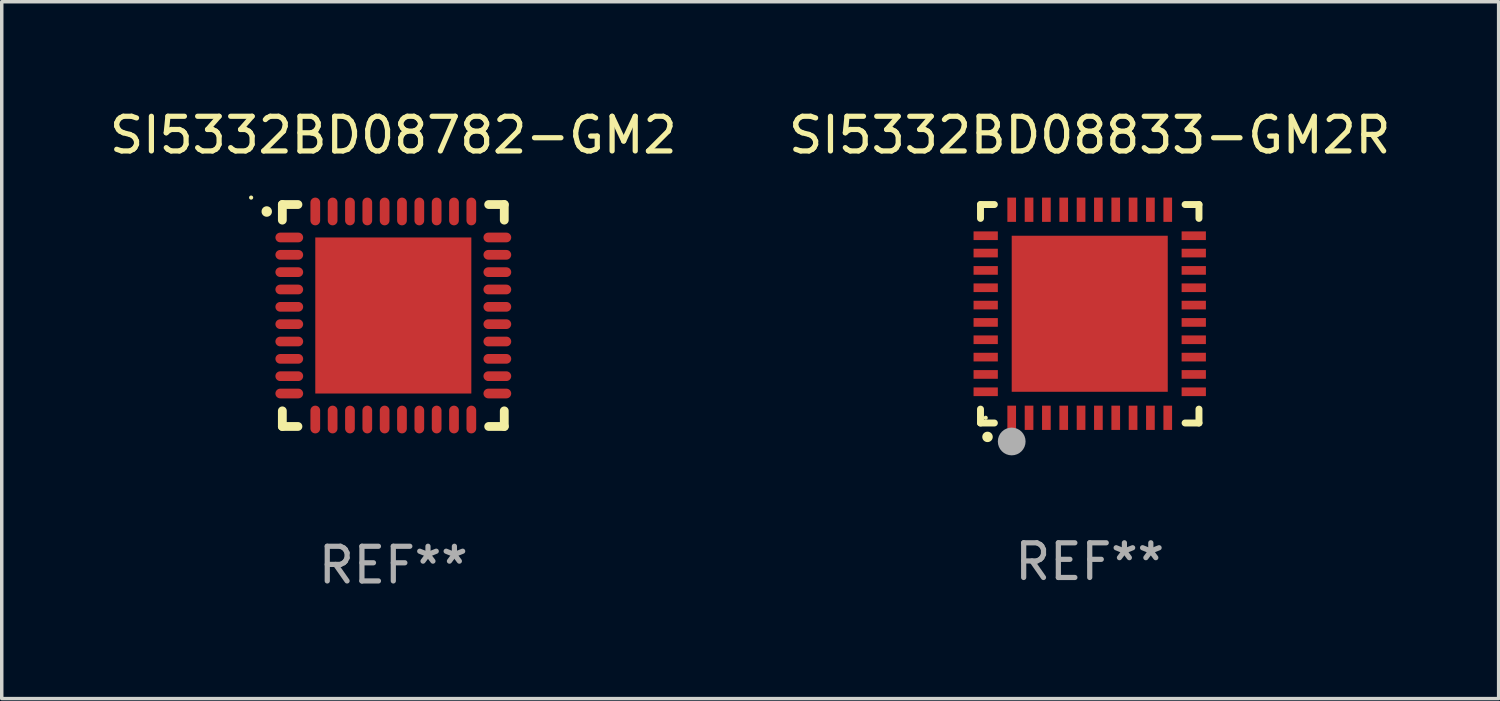
<source format=kicad_pcb>
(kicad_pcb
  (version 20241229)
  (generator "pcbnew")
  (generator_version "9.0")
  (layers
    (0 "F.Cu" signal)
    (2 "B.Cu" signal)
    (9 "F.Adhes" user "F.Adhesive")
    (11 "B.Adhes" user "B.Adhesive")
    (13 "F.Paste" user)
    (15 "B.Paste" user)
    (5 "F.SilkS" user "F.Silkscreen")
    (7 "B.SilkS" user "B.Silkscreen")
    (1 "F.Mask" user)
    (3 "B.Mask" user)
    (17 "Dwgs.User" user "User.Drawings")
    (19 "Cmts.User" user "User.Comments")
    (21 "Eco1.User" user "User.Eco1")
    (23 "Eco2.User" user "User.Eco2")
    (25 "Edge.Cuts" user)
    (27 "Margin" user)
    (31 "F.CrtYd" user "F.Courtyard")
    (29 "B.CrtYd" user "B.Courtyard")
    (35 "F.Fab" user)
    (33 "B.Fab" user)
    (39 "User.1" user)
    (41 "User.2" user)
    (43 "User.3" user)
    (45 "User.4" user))
  (footprint "SI5332BD08782-GM2"
    (layer "F.Cu")
    (at 8.292 6.048)
    (property "Reference" "SI5332BD08782-GM2" (at 0 -5.2 0) (layer "F.SilkS") (effects (font (size 1 1) (thickness 0.15))))
    (attr through_hole)
    (fp_line (start -3.2 -3.2) (end -2.75 -3.2) (stroke (width 0.254) (type solid)) (layer "F.SilkS"))
    (fp_line (start -3.2 -2.75) (end -3.2 -3.2) (stroke (width 0.254) (type solid)) (layer "F.SilkS"))
    (fp_line (start -3.2 3.2) (end -3.2 2.75) (stroke (width 0.254) (type solid)) (layer "F.SilkS"))
    (fp_line (start -2.75 3.2) (end -3.2 3.2) (stroke (width 0.254) (type solid)) (layer "F.SilkS"))
    (fp_line (start 2.75 3.2) (end 3.2 3.2) (stroke (width 0.254) (type solid)) (layer "F.SilkS"))
    (fp_line (start 3.2 -3.2) (end 2.75 -3.2) (stroke (width 0.254) (type solid)) (layer "F.SilkS"))
    (fp_line (start 3.2 -2.75) (end 3.2 -3.2) (stroke (width 0.254) (type solid)) (layer "F.SilkS"))
    (fp_line (start 3.2 3.2) (end 3.2 2.75) (stroke (width 0.254) (type solid)) (layer "F.SilkS"))
    (fp_arc (start -3.649987 -2.997206) (mid -3.649992 -2.998476) (end -3.649987 -2.999746) (stroke (width 0.3) (type solid)) (layer "F.SilkS"))
    (fp_circle (center -4.1 -3.4) (end -4.07 -3.4) (stroke (width 0.06) (type solid)) (fill no) (layer "F.SilkS"))
    (fp_text user "REF**" (at 0 7.2 0) (layer "F.Fab") (effects (font (size 1 1) (thickness 0.15))))
    (pad "1" smd oval (at -3 -2.25 90) (size 0.28 0.8) (layers "F.Cu" "F.Mask" "F.Paste"))
    (pad "2" smd oval (at -3 -1.75 90) (size 0.28 0.8) (layers "F.Cu" "F.Mask" "F.Paste"))
    (pad "3" smd oval (at -3 -1.25 90) (size 0.28 0.8) (layers "F.Cu" "F.Mask" "F.Paste"))
    (pad "4" smd oval (at -3 -0.75 90) (size 0.28 0.8) (layers "F.Cu" "F.Mask" "F.Paste"))
    (pad "5" smd oval (at -3 -0.25 90) (size 0.28 0.8) (layers "F.Cu" "F.Mask" "F.Paste"))
    (pad "6" smd oval (at -3 0.25 90) (size 0.28 0.8) (layers "F.Cu" "F.Mask" "F.Paste"))
    (pad "7" smd oval (at -3 0.75 90) (size 0.28 0.8) (layers "F.Cu" "F.Mask" "F.Paste"))
    (pad "8" smd oval (at -3 1.25 90) (size 0.28 0.8) (layers "F.Cu" "F.Mask" "F.Paste"))
    (pad "9" smd oval (at -3 1.75 90) (size 0.28 0.8) (layers "F.Cu" "F.Mask" "F.Paste"))
    (pad "10" smd oval (at -3 2.25 90) (size 0.28 0.8) (layers "F.Cu" "F.Mask" "F.Paste"))
    (pad "11" smd oval (at -2.25 3) (size 0.28 0.8) (layers "F.Cu" "F.Mask" "F.Paste"))
    (pad "12" smd oval (at -1.75 3) (size 0.28 0.8) (layers "F.Cu" "F.Mask" "F.Paste"))
    (pad "13" smd oval (at -1.25 3) (size 0.28 0.8) (layers "F.Cu" "F.Mask" "F.Paste"))
    (pad "14" smd oval (at -0.75 3) (size 0.28 0.8) (layers "F.Cu" "F.Mask" "F.Paste"))
    (pad "15" smd oval (at -0.25 3) (size 0.28 0.8) (layers "F.Cu" "F.Mask" "F.Paste"))
    (pad "16" smd oval (at 0.25 3) (size 0.28 0.8) (layers "F.Cu" "F.Mask" "F.Paste"))
    (pad "17" smd oval (at 0.75 3) (size 0.28 0.8) (layers "F.Cu" "F.Mask" "F.Paste"))
    (pad "18" smd oval (at 1.25 3) (size 0.28 0.8) (layers "F.Cu" "F.Mask" "F.Paste"))
    (pad "19" smd oval (at 1.75 3) (size 0.28 0.8) (layers "F.Cu" "F.Mask" "F.Paste"))
    (pad "20" smd oval (at 2.25 3) (size 0.28 0.8) (layers "F.Cu" "F.Mask" "F.Paste"))
    (pad "21" smd oval (at 3 2.25 90) (size 0.28 0.8) (layers "F.Cu" "F.Mask" "F.Paste"))
    (pad "22" smd oval (at 3 1.75 90) (size 0.28 0.8) (layers "F.Cu" "F.Mask" "F.Paste"))
    (pad "23" smd oval (at 3 1.25 90) (size 0.28 0.8) (layers "F.Cu" "F.Mask" "F.Paste"))
    (pad "24" smd oval (at 3 0.75 90) (size 0.28 0.8) (layers "F.Cu" "F.Mask" "F.Paste"))
    (pad "25" smd oval (at 3 0.25 90) (size 0.28 0.8) (layers "F.Cu" "F.Mask" "F.Paste"))
    (pad "26" smd oval (at 3 -0.25 90) (size 0.28 0.8) (layers "F.Cu" "F.Mask" "F.Paste"))
    (pad "27" smd oval (at 3 -0.75 90) (size 0.28 0.8) (layers "F.Cu" "F.Mask" "F.Paste"))
    (pad "28" smd oval (at 3 -1.25 90) (size 0.28 0.8) (layers "F.Cu" "F.Mask" "F.Paste"))
    (pad "29" smd oval (at 3 -1.75 90) (size 0.28 0.8) (layers "F.Cu" "F.Mask" "F.Paste"))
    (pad "30" smd oval (at 3 -2.25 90) (size 0.28 0.8) (layers "F.Cu" "F.Mask" "F.Paste"))
    (pad "31" smd oval (at 2.25 -3) (size 0.28 0.8) (layers "F.Cu" "F.Mask" "F.Paste"))
    (pad "32" smd oval (at 1.75 -3) (size 0.28 0.8) (layers "F.Cu" "F.Mask" "F.Paste"))
    (pad "33" smd oval (at 1.25 -3) (size 0.28 0.8) (layers "F.Cu" "F.Mask" "F.Paste"))
    (pad "34" smd oval (at 0.75 -3) (size 0.28 0.8) (layers "F.Cu" "F.Mask" "F.Paste"))
    (pad "35" smd oval (at 0.25 -3) (size 0.28 0.8) (layers "F.Cu" "F.Mask" "F.Paste"))
    (pad "36" smd oval (at -0.25 -3) (size 0.28 0.8) (layers "F.Cu" "F.Mask" "F.Paste"))
    (pad "37" smd oval (at -0.75 -3) (size 0.28 0.8) (layers "F.Cu" "F.Mask" "F.Paste"))
    (pad "38" smd oval (at -1.25 -3) (size 0.28 0.8) (layers "F.Cu" "F.Mask" "F.Paste"))
    (pad "39" smd oval (at -1.75 -3) (size 0.28 0.8) (layers "F.Cu" "F.Mask" "F.Paste"))
    (pad "40" smd oval (at -2.25 -3) (size 0.28 0.8) (layers "F.Cu" "F.Mask" "F.Paste"))
    (pad "41" smd rect (at 0 0) (size 4.5 4.5) (layers "F.Cu" "F.Mask" "F.Paste")))
  (footprint "SI5332BD08833-GM2R"
    (layer "F.Cu")
    (at 28.375 5.998)
    (property "Reference" "SI5332BD08833-GM2R" (at 0 -5.15 0) (layer "F.SilkS") (effects (font (size 1 1) (thickness 0.15))))
    (attr through_hole)
    (fp_line (start -3.15 -3.15) (end -2.75 -3.15) (stroke (width 0.2) (type solid)) (layer "F.SilkS"))
    (fp_line (start -3.15 -2.75) (end -3.15 -3.15) (stroke (width 0.2) (type solid)) (layer "F.SilkS"))
    (fp_line (start -3.15 3.15) (end -3.15 2.75) (stroke (width 0.2) (type solid)) (layer "F.SilkS"))
    (fp_line (start -2.75 3.15) (end -3.15 3.15) (stroke (width 0.2) (type solid)) (layer "F.SilkS"))
    (fp_line (start 3.15 -3.15) (end 2.75 -3.15) (stroke (width 0.2) (type solid)) (layer "F.SilkS"))
    (fp_line (start 3.15 -2.75) (end 3.15 -3.15) (stroke (width 0.2) (type solid)) (layer "F.SilkS"))
    (fp_line (start 3.15 2.75) (end 3.15 3.15) (stroke (width 0.2) (type solid)) (layer "F.SilkS"))
    (fp_line (start 3.15 3.15) (end 2.75 3.15) (stroke (width 0.2) (type solid)) (layer "F.SilkS"))
    (fp_arc (start -2.94892 3.550927) (mid -2.94765 3.550922) (end -2.94638 3.550927) (stroke (width 0.3) (type solid)) (layer "F.SilkS"))
    (fp_circle (center -3 3) (end -2.97 3) (stroke (width 0.06) (type solid)) (fill no) (layer "F.SilkS"))
    (fp_circle (center -2.25 3.683) (end -2.05 3.683) (stroke (width 0.4) (type solid)) (fill no) (layer "F.Fab"))
    (fp_text user "REF**" (at 0 7.15 0) (layer "F.Fab") (effects (font (size 1 1) (thickness 0.15))))
    (pad "1" smd rect (at -2.25 3 180) (size 0.25 0.7) (layers "F.Cu" "F.Mask" "F.Paste"))
    (pad "2" smd rect (at -1.75 3 180) (size 0.25 0.7) (layers "F.Cu" "F.Mask" "F.Paste"))
    (pad "3" smd rect (at -1.25 3 180) (size 0.25 0.7) (layers "F.Cu" "F.Mask" "F.Paste"))
    (pad "4" smd rect (at -0.75 3 180) (size 0.25 0.7) (layers "F.Cu" "F.Mask" "F.Paste"))
    (pad "5" smd rect (at -0.25 3 180) (size 0.25 0.7) (layers "F.Cu" "F.Mask" "F.Paste"))
    (pad "6" smd rect (at 0.25 3 180) (size 0.25 0.7) (layers "F.Cu" "F.Mask" "F.Paste"))
    (pad "7" smd rect (at 0.75 3 180) (size 0.25 0.7) (layers "F.Cu" "F.Mask" "F.Paste"))
    (pad "8" smd rect (at 1.25 3 180) (size 0.25 0.7) (layers "F.Cu" "F.Mask" "F.Paste"))
    (pad "9" smd rect (at 1.75 3 180) (size 0.25 0.7) (layers "F.Cu" "F.Mask" "F.Paste"))
    (pad "10" smd rect (at 2.25 3 180) (size 0.25 0.7) (layers "F.Cu" "F.Mask" "F.Paste"))
    (pad "11" smd rect (at 3 2.25 90) (size 0.25 0.7) (layers "F.Cu" "F.Mask" "F.Paste"))
    (pad "12" smd rect (at 3 1.75 90) (size 0.25 0.7) (layers "F.Cu" "F.Mask" "F.Paste"))
    (pad "13" smd rect (at 3 1.25 90) (size 0.25 0.7) (layers "F.Cu" "F.Mask" "F.Paste"))
    (pad "14" smd rect (at 3 0.75 90) (size 0.25 0.7) (layers "F.Cu" "F.Mask" "F.Paste"))
    (pad "15" smd rect (at 3 0.25 90) (size 0.25 0.7) (layers "F.Cu" "F.Mask" "F.Paste"))
    (pad "16" smd rect (at 3 -0.25 90) (size 0.25 0.7) (layers "F.Cu" "F.Mask" "F.Paste"))
    (pad "17" smd rect (at 3 -0.75 90) (size 0.25 0.7) (layers "F.Cu" "F.Mask" "F.Paste"))
    (pad "18" smd rect (at 3 -1.25 90) (size 0.25 0.7) (layers "F.Cu" "F.Mask" "F.Paste"))
    (pad "19" smd rect (at 3 -1.75 90) (size 0.25 0.7) (layers "F.Cu" "F.Mask" "F.Paste"))
    (pad "20" smd rect (at 3 -2.25 90) (size 0.25 0.7) (layers "F.Cu" "F.Mask" "F.Paste"))
    (pad "21" smd rect (at 2.25 -3 180) (size 0.25 0.7) (layers "F.Cu" "F.Mask" "F.Paste"))
    (pad "22" smd rect (at 1.75 -3 180) (size 0.25 0.7) (layers "F.Cu" "F.Mask" "F.Paste"))
    (pad "23" smd rect (at 1.25 -3 180) (size 0.25 0.7) (layers "F.Cu" "F.Mask" "F.Paste"))
    (pad "24" smd rect (at 0.75 -3 180) (size 0.25 0.7) (layers "F.Cu" "F.Mask" "F.Paste"))
    (pad "25" smd rect (at 0.25 -3 180) (size 0.25 0.7) (layers "F.Cu" "F.Mask" "F.Paste"))
    (pad "26" smd rect (at -0.25 -3 180) (size 0.25 0.7) (layers "F.Cu" "F.Mask" "F.Paste"))
    (pad "27" smd rect (at -0.75 -3 180) (size 0.25 0.7) (layers "F.Cu" "F.Mask" "F.Paste"))
    (pad "28" smd rect (at -1.25 -3 180) (size 0.25 0.7) (layers "F.Cu" "F.Mask" "F.Paste"))
    (pad "29" smd rect (at -1.75 -3 180) (size 0.25 0.7) (layers "F.Cu" "F.Mask" "F.Paste"))
    (pad "30" smd rect (at -2.25 -3 180) (size 0.25 0.7) (layers "F.Cu" "F.Mask" "F.Paste"))
    (pad "31" smd rect (at -3 -2.25 90) (size 0.25 0.7) (layers "F.Cu" "F.Mask" "F.Paste"))
    (pad "32" smd rect (at -3 -1.75 90) (size 0.25 0.7) (layers "F.Cu" "F.Mask" "F.Paste"))
    (pad "33" smd rect (at -3 -1.25 90) (size 0.25 0.7) (layers "F.Cu" "F.Mask" "F.Paste"))
    (pad "34" smd rect (at -3 -0.75 90) (size 0.25 0.7) (layers "F.Cu" "F.Mask" "F.Paste"))
    (pad "35" smd rect (at -3 -0.25 90) (size 0.25 0.7) (layers "F.Cu" "F.Mask" "F.Paste"))
    (pad "36" smd rect (at -3 0.25 90) (size 0.25 0.7) (layers "F.Cu" "F.Mask" "F.Paste"))
    (pad "37" smd rect (at -3 0.75 90) (size 0.25 0.7) (layers "F.Cu" "F.Mask" "F.Paste"))
    (pad "38" smd rect (at -3 1.25 90) (size 0.25 0.7) (layers "F.Cu" "F.Mask" "F.Paste"))
    (pad "39" smd rect (at -3 1.75 90) (size 0.25 0.7) (layers "F.Cu" "F.Mask" "F.Paste"))
    (pad "40" smd rect (at -3 2.25 90) (size 0.25 0.7) (layers "F.Cu" "F.Mask" "F.Paste"))
    (pad "41" smd rect (at 0.000102 0.000076 90) (size 4.5 4.5) (layers "F.Cu" "F.Mask" "F.Paste")))
  (gr_rect
    (start -3 -3)
    (end 40.167 17.096)
    (stroke (width 0.1) (type default))
    (fill no)
    (layer "Edge.Cuts")))
</source>
